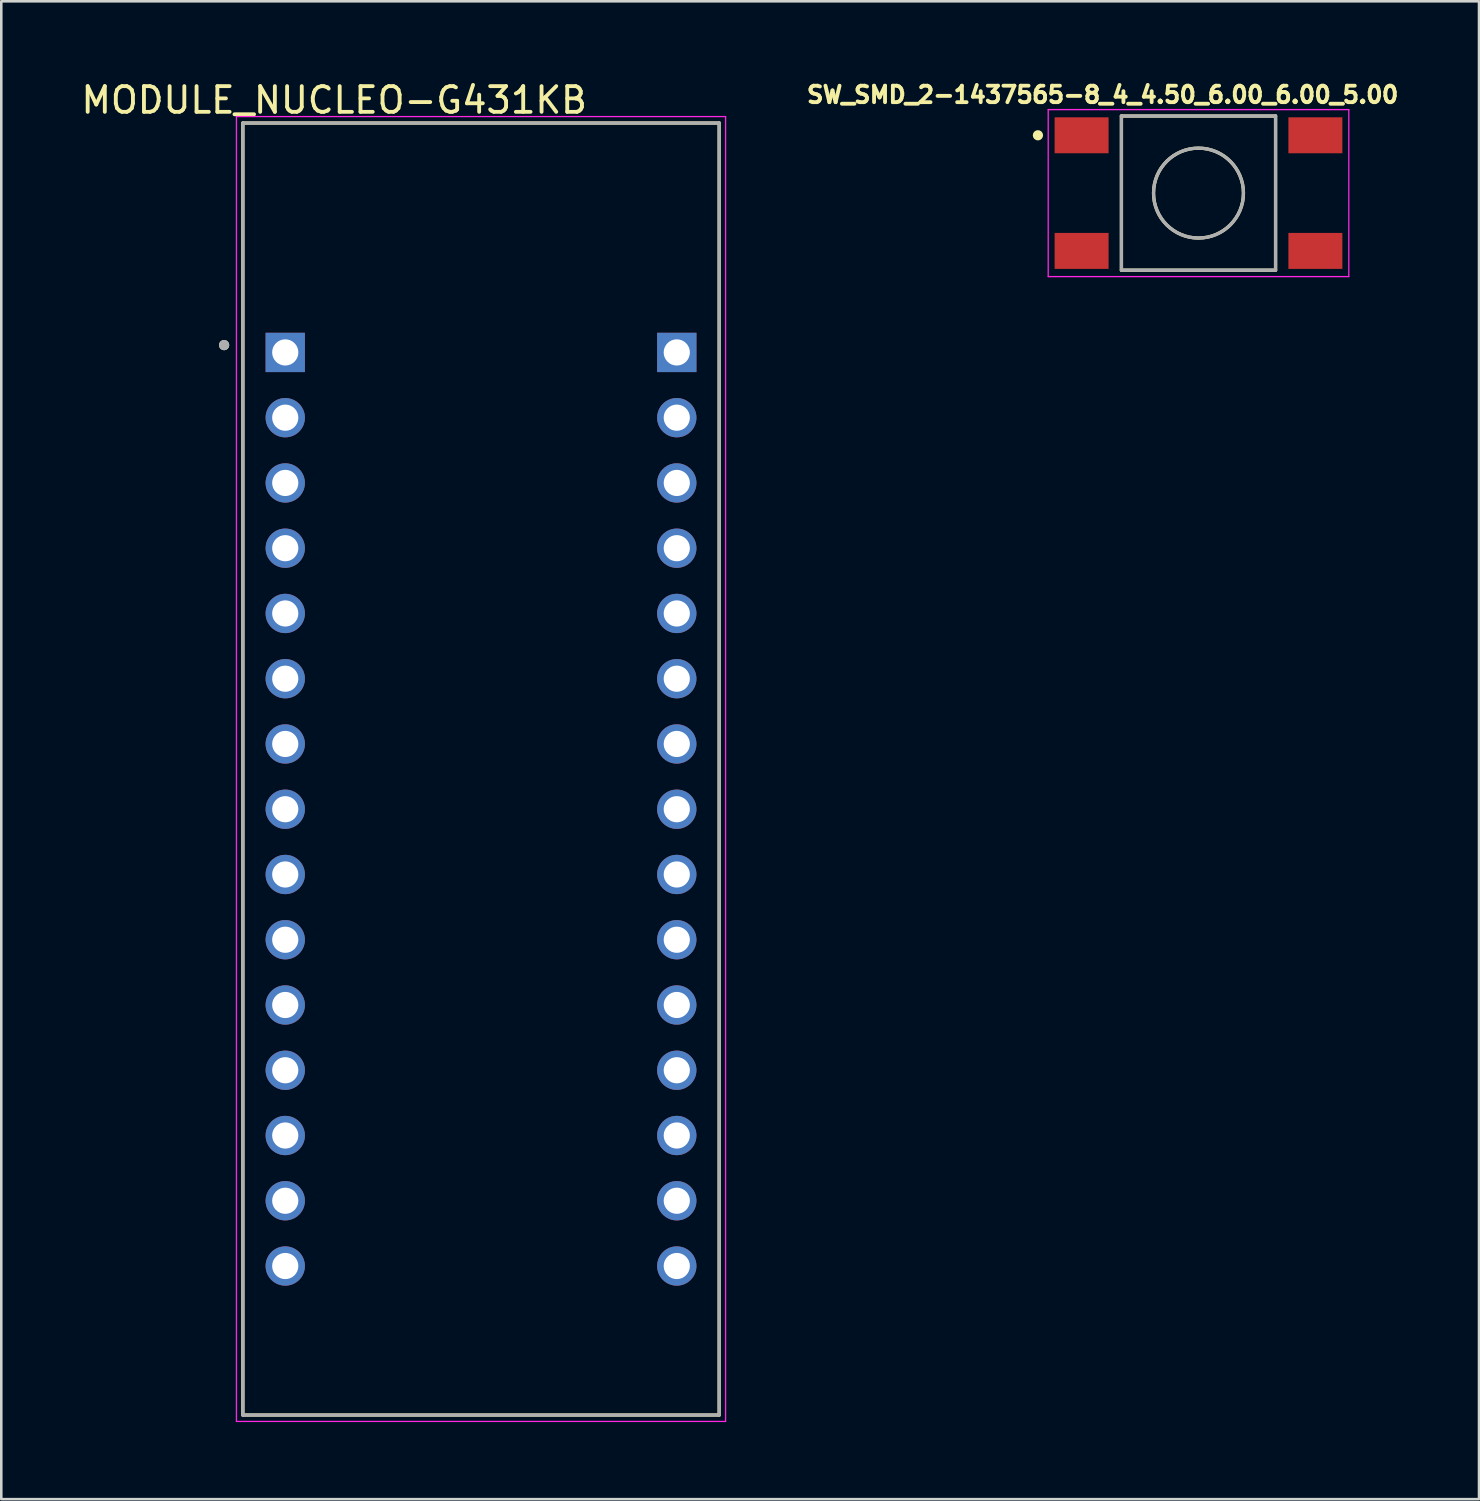
<source format=kicad_pcb>
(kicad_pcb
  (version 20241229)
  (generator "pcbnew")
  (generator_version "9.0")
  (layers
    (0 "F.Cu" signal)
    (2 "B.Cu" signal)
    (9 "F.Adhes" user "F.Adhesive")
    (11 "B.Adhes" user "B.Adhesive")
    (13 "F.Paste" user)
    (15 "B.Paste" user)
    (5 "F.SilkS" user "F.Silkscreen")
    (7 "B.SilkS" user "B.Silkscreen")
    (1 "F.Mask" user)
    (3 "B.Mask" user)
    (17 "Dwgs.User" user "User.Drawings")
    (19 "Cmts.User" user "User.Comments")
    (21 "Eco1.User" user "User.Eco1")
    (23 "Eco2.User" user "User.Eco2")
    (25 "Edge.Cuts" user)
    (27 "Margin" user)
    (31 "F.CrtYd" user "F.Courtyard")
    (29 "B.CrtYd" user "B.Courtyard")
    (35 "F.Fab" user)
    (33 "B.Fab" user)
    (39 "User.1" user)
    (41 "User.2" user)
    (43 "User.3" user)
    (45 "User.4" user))
  (footprint "SW_SMD_2-1437565-8_4_4.50_6.00_6.00_5.00"
    (layer "F.Cu")
    (at 43.6 4.466)
    (property "Reference" "SW_SMD_2-1437565-8_4_4.50_6.00_6.00_5.00" (at -3.731 -3.828 0) (layer "F.SilkS") (effects (font (size 0.641 0.641) (thickness 0.15))))
    (attr through_hole)
    (fp_line (start -3 -3) (end -3 3) (stroke (width 0.127) (type solid)) (layer "F.SilkS"))
    (fp_line (start -3 3) (end 3 3) (stroke (width 0.127) (type solid)) (layer "F.SilkS"))
    (fp_line (start 3 -3) (end -3 -3) (stroke (width 0.127) (type solid)) (layer "F.SilkS"))
    (fp_line (start 3 3) (end 3 -3) (stroke (width 0.127) (type solid)) (layer "F.SilkS"))
    (fp_circle (center -6.25 -2.25) (end -6.15 -2.25) (stroke (width 0.2) (type solid)) (fill no) (layer "F.SilkS"))
    (fp_circle (center 0 0) (end 1.75 0) (stroke (width 0.127) (type solid)) (fill no) (layer "F.SilkS"))
    (fp_line (start -5.85 -3.25) (end 5.85 -3.25) (stroke (width 0.05) (type solid)) (layer "F.CrtYd"))
    (fp_line (start -5.85 3.25) (end -5.85 -3.25) (stroke (width 0.05) (type solid)) (layer "F.CrtYd"))
    (fp_line (start 5.85 -3.25) (end 5.85 3.25) (stroke (width 0.05) (type solid)) (layer "F.CrtYd"))
    (fp_line (start 5.85 3.25) (end -5.85 3.25) (stroke (width 0.05) (type solid)) (layer "F.CrtYd"))
    (fp_line (start -3 -3) (end 3 -3) (stroke (width 0.127) (type solid)) (layer "F.Fab"))
    (fp_line (start -3 3) (end -3 -3) (stroke (width 0.127) (type solid)) (layer "F.Fab"))
    (fp_line (start 3 -3) (end 3 3) (stroke (width 0.127) (type solid)) (layer "F.Fab"))
    (fp_line (start 3 3) (end -3 3) (stroke (width 0.127) (type solid)) (layer "F.Fab"))
    (fp_circle (center 0 0) (end 1.75 0) (stroke (width 0.127) (type solid)) (fill no) (layer "F.Fab"))
    (pad "1" smd rect (at -4.55 -2.25) (size 2.1 1.4) (layers "F.Cu" "F.Mask" "F.Paste"))
    (pad "1" smd rect (at 4.55 -2.25) (size 2.1 1.4) (layers "F.Cu" "F.Mask" "F.Paste"))
    (pad "2" smd rect (at -4.55 2.25) (size 2.1 1.4) (layers "F.Cu" "F.Mask" "F.Paste"))
    (pad "2" smd rect (at 4.55 2.25) (size 2.1 1.4) (layers "F.Cu" "F.Mask" "F.Paste")))
  (footprint "MODULE_NUCLEO-G431KB"
    (layer "F.Cu")
    (at 15.673 26.883)
    (property "Reference" "MODULE_NUCLEO-G431KB" (at -5.715 -26.035 0) (layer "F.SilkS") (effects (font (size 1 1) (thickness 0.15))))
    (attr through_hole)
    (fp_line (start -9.27 -25.145) (end 9.27 -25.145) (stroke (width 0.127) (type solid)) (layer "F.SilkS"))
    (fp_line (start -9.27 25.145) (end -9.27 -25.145) (stroke (width 0.127) (type solid)) (layer "F.SilkS"))
    (fp_line (start 9.27 -25.145) (end 9.27 25.145) (stroke (width 0.127) (type solid)) (layer "F.SilkS"))
    (fp_line (start 9.27 25.145) (end -9.27 25.145) (stroke (width 0.127) (type solid)) (layer "F.SilkS"))
    (fp_circle (center -10 -16.5) (end -9.9 -16.5) (stroke (width 0.2) (type solid)) (fill no) (layer "F.SilkS"))
    (fp_line (start -9.52 -25.395) (end 9.52 -25.395) (stroke (width 0.05) (type solid)) (layer "F.CrtYd"))
    (fp_line (start -9.52 25.395) (end -9.52 -25.395) (stroke (width 0.05) (type solid)) (layer "F.CrtYd"))
    (fp_line (start 9.52 -25.395) (end 9.52 25.395) (stroke (width 0.05) (type solid)) (layer "F.CrtYd"))
    (fp_line (start 9.52 25.395) (end -9.52 25.395) (stroke (width 0.05) (type solid)) (layer "F.CrtYd"))
    (fp_line (start -9.27 -25.145) (end 9.27 -25.145) (stroke (width 0.127) (type solid)) (layer "F.Fab"))
    (fp_line (start -9.27 25.145) (end -9.27 -25.145) (stroke (width 0.127) (type solid)) (layer "F.Fab"))
    (fp_line (start 9.27 -25.145) (end 9.27 25.145) (stroke (width 0.127) (type solid)) (layer "F.Fab"))
    (fp_line (start 9.27 25.145) (end -9.27 25.145) (stroke (width 0.127) (type solid)) (layer "F.Fab"))
    (fp_circle (center -10 -16.5) (end -9.9 -16.5) (stroke (width 0.2) (type solid)) (fill no) (layer "F.Fab"))
    (pad "1" thru_hole rect (at -7.62 -16.215) (size 1.53 1.53) (drill 1.02) (layers "*.Cu" "*.Mask"))
    (pad "2" thru_hole circle (at -7.62 -13.675) (size 1.53 1.53) (drill 1.02) (layers "*.Cu" "*.Mask"))
    (pad "3" thru_hole circle (at -7.62 -11.135) (size 1.53 1.53) (drill 1.02) (layers "*.Cu" "*.Mask"))
    (pad "3" thru_hole circle (at 7.62 -11.135) (size 1.53 1.53) (drill 1.02) (layers "*.Cu" "*.Mask"))
    (pad "4" thru_hole circle (at -7.62 -8.595) (size 1.53 1.53) (drill 1.02) (layers "*.Cu" "*.Mask"))
    (pad "4" thru_hole circle (at 7.62 -13.675) (size 1.53 1.53) (drill 1.02) (layers "*.Cu" "*.Mask"))
    (pad "5" thru_hole circle (at -7.62 -6.055) (size 1.53 1.53) (drill 1.02) (layers "*.Cu" "*.Mask"))
    (pad "6" thru_hole circle (at -7.62 -3.515) (size 1.53 1.53) (drill 1.02) (layers "*.Cu" "*.Mask"))
    (pad "7" thru_hole circle (at -7.62 -0.975) (size 1.53 1.53) (drill 1.02) (layers "*.Cu" "*.Mask"))
    (pad "8" thru_hole circle (at -7.62 1.565) (size 1.53 1.53) (drill 1.02) (layers "*.Cu" "*.Mask"))
    (pad "9" thru_hole circle (at -7.62 4.105) (size 1.53 1.53) (drill 1.02) (layers "*.Cu" "*.Mask"))
    (pad "10" thru_hole circle (at -7.62 6.645) (size 1.53 1.53) (drill 1.02) (layers "*.Cu" "*.Mask"))
    (pad "11" thru_hole circle (at -7.62 9.185) (size 1.53 1.53) (drill 1.02) (layers "*.Cu" "*.Mask"))
    (pad "12" thru_hole circle (at -7.62 11.725) (size 1.53 1.53) (drill 1.02) (layers "*.Cu" "*.Mask"))
    (pad "13" thru_hole circle (at -7.62 14.265) (size 1.53 1.53) (drill 1.02) (layers "*.Cu" "*.Mask"))
    (pad "14" thru_hole circle (at -7.62 16.805) (size 1.53 1.53) (drill 1.02) (layers "*.Cu" "*.Mask"))
    (pad "15" thru_hole circle (at -7.62 19.345) (size 1.53 1.53) (drill 1.02) (layers "*.Cu" "*.Mask"))
    (pad "16" thru_hole rect (at 7.62 -16.215) (size 1.53 1.53) (drill 1.02) (layers "*.Cu" "*.Mask"))
    (pad "19" thru_hole circle (at 7.62 -8.595) (size 1.53 1.53) (drill 1.02) (layers "*.Cu" "*.Mask"))
    (pad "20" thru_hole circle (at 7.62 -6.055) (size 1.53 1.53) (drill 1.02) (layers "*.Cu" "*.Mask"))
    (pad "21" thru_hole circle (at 7.62 -3.515) (size 1.53 1.53) (drill 1.02) (layers "*.Cu" "*.Mask"))
    (pad "22" thru_hole circle (at 7.62 -0.975) (size 1.53 1.53) (drill 1.02) (layers "*.Cu" "*.Mask"))
    (pad "23" thru_hole circle (at 7.62 1.565) (size 1.53 1.53) (drill 1.02) (layers "*.Cu" "*.Mask"))
    (pad "24" thru_hole circle (at 7.62 4.105) (size 1.53 1.53) (drill 1.02) (layers "*.Cu" "*.Mask"))
    (pad "25" thru_hole circle (at 7.62 6.645) (size 1.53 1.53) (drill 1.02) (layers "*.Cu" "*.Mask"))
    (pad "26" thru_hole circle (at 7.62 9.185) (size 1.53 1.53) (drill 1.02) (layers "*.Cu" "*.Mask"))
    (pad "27" thru_hole circle (at 7.62 11.725) (size 1.53 1.53) (drill 1.02) (layers "*.Cu" "*.Mask"))
    (pad "28" thru_hole circle (at 7.62 14.265) (size 1.53 1.53) (drill 1.02) (layers "*.Cu" "*.Mask"))
    (pad "29" thru_hole circle (at 7.62 16.805) (size 1.53 1.53) (drill 1.02) (layers "*.Cu" "*.Mask"))
    (pad "30" thru_hole circle (at 7.62 19.345) (size 1.53 1.53) (drill 1.02) (layers "*.Cu" "*.Mask")))
  (gr_rect
    (start -3 -3)
    (end 54.519 55.303)
    (stroke (width 0.1) (type default))
    (fill no)
    (layer "Edge.Cuts")))
</source>
